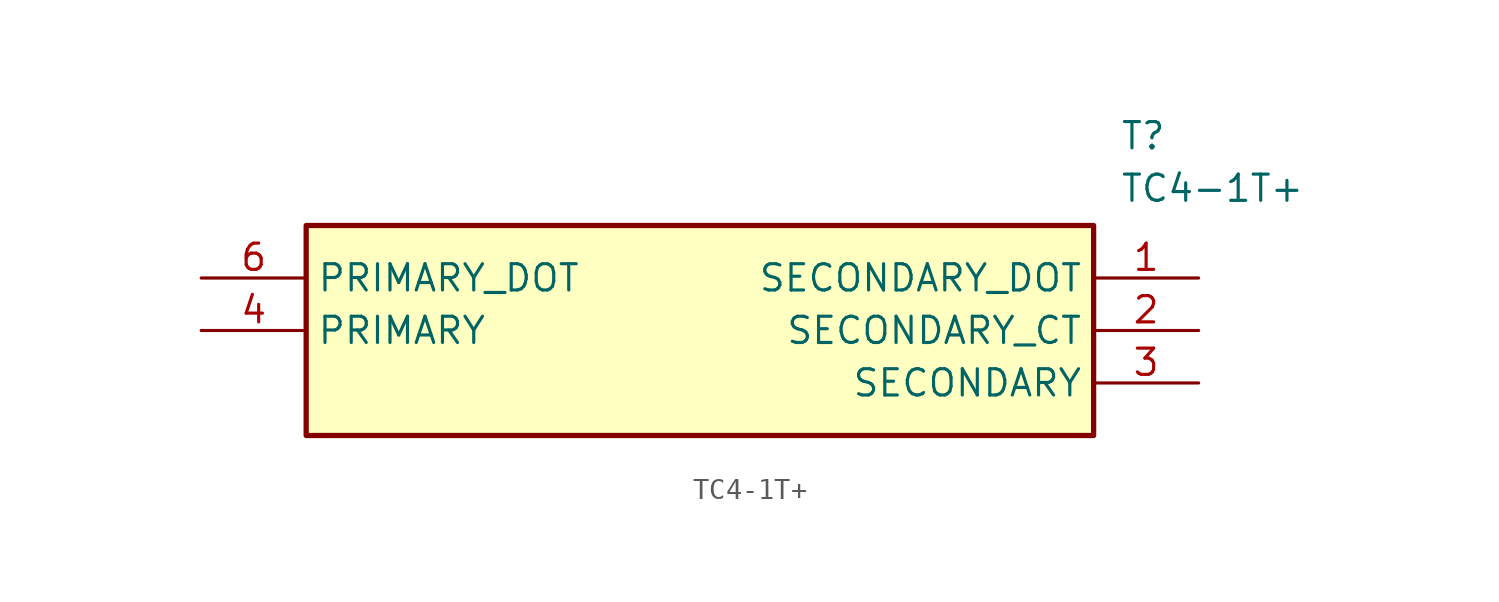
<source format=kicad_sym>
(kicad_symbol_lib
  (version 20211014)
  (generator SamacSys_ECAD_Model)
  (symbol "TC4-1T+"
    (property "Reference" "T"
      (at 44.45 7.62 0)
      (effects (font (size 1.27 1.27)) (justify left top)))
    (property "Value" "TC4-1T+"
      (at 44.45 5.08 0)
      (effects (font (size 1.27 1.27)) (justify left top)))
    (rectangle
      (start 5.08 2.54)
      (end 43.18 -7.62)
      (stroke (width 0.254) (type default))
      (fill (type background)))
    (pin passive line
      (at 48.26 0 180)
      (length 5.08)
      (name "SECONDARY_DOT" (effects (font (size 1.27 1.27))))
      (number "1" (effects (font (size 1.27 1.27)))))
    (pin passive line
      (at 48.26 -2.54 180)
      (length 5.08)
      (name "SECONDARY_CT" (effects (font (size 1.27 1.27))))
      (number "2" (effects (font (size 1.27 1.27)))))
    (pin passive line
      (at 48.26 -5.08 180)
      (length 5.08)
      (name "SECONDARY" (effects (font (size 1.27 1.27))))
      (number "3" (effects (font (size 1.27 1.27)))))
    (pin passive line
      (at 0 -2.54 0)
      (length 5.08)
      (name "PRIMARY" (effects (font (size 1.27 1.27))))
      (number "4" (effects (font (size 1.27 1.27)))))
    (pin passive line
      (at 0 0 0)
      (length 5.08)
      (name "PRIMARY_DOT" (effects (font (size 1.27 1.27))))
      (number "6" (effects (font (size 1.27 1.27)))))))
</source>
